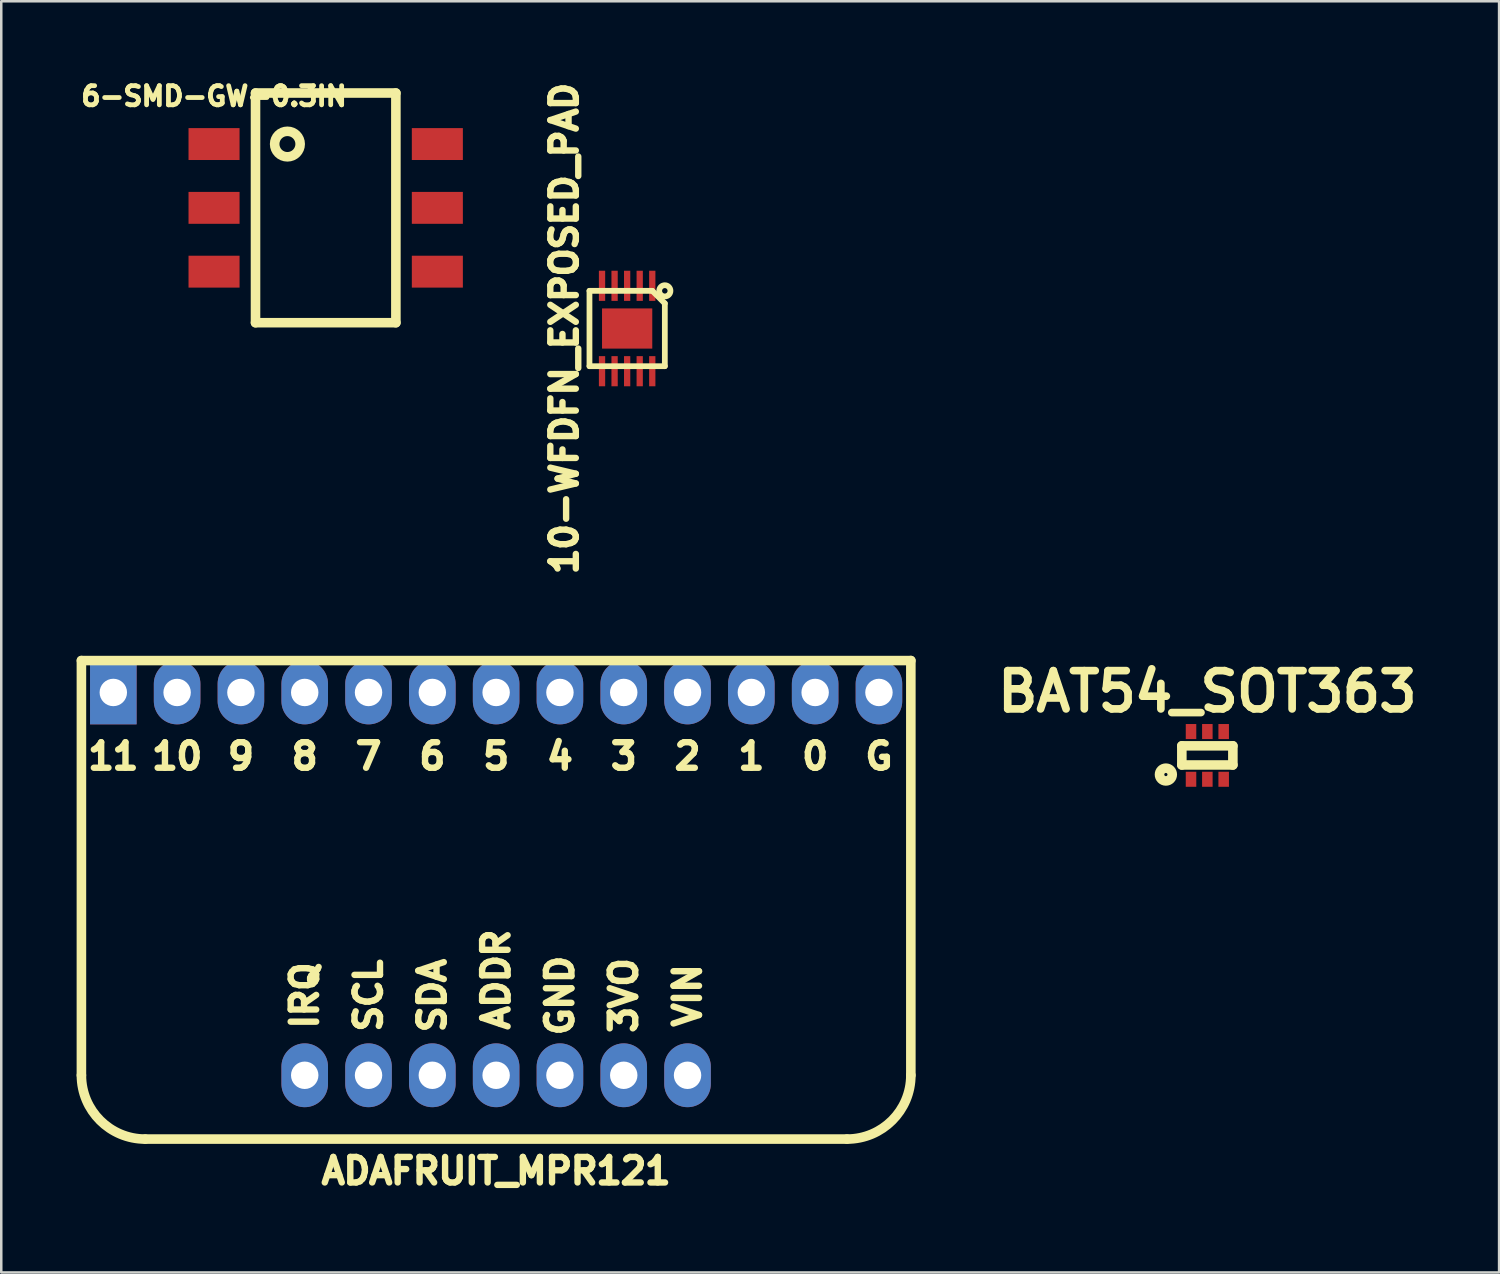
<source format=kicad_pcb>
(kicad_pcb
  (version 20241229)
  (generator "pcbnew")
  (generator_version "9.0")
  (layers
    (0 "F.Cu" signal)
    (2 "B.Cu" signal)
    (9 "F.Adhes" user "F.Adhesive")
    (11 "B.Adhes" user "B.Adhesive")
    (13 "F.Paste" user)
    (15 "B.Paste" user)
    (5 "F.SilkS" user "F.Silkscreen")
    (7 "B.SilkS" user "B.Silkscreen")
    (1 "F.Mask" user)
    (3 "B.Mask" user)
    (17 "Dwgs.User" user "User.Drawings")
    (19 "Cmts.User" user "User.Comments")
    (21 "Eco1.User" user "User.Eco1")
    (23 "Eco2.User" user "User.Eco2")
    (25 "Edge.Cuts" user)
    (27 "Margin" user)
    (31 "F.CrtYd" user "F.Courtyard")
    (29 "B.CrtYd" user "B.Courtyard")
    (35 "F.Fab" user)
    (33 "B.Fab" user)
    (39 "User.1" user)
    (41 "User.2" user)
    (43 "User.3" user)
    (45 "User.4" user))
  (footprint "6-SMD-GW-0.3IN"
    (layer "F.Cu")
    (at 9.916 5.225)
    (property "Reference" "6-SMD-GW-0.3IN" (at -4.445 -4.445 0) (layer "F.SilkS") (effects (font (size 0.762 0.762) (thickness 0.191))))
    (attr through_hole)
    (fp_line (start -2.794 -4.572) (end -2.794 4.572) (stroke (width 0.381) (type solid)) (layer "F.SilkS"))
    (fp_line (start -2.794 4.572) (end 2.794 4.572) (stroke (width 0.381) (type solid)) (layer "F.SilkS"))
    (fp_line (start 2.794 -4.572) (end -2.794 -4.572) (stroke (width 0.381) (type solid)) (layer "F.SilkS"))
    (fp_line (start 2.794 4.572) (end 2.794 -4.572) (stroke (width 0.381) (type solid)) (layer "F.SilkS"))
    (fp_circle (center -1.524 -2.54) (end -1.524 -3.048) (stroke (width 0.381) (type solid)) (fill no) (layer "F.SilkS"))
    (pad "1" smd rect (at -4.445 -2.54) (size 2.032 1.27) (layers "F.Cu" "F.Mask" "F.Paste"))
    (pad "2" smd rect (at -4.445 0) (size 2.032 1.27) (layers "F.Cu" "F.Mask" "F.Paste"))
    (pad "3" smd rect (at -4.445 2.54) (size 2.032 1.27) (layers "F.Cu" "F.Mask" "F.Paste"))
    (pad "4" smd rect (at 4.445 2.54) (size 2.032 1.27) (layers "F.Cu" "F.Mask" "F.Paste"))
    (pad "5" smd rect (at 4.445 0) (size 2.032 1.27) (layers "F.Cu" "F.Mask" "F.Paste"))
    (pad "6" smd rect (at 4.445 -2.54) (size 2.032 1.27) (layers "F.Cu" "F.Mask" "F.Paste")))
  (footprint "10-WFDFN_EXPOSED_PAD"
    (layer "F.Cu")
    (at 21.917 10.028)
    (property "Reference" "10-WFDFN_EXPOSED_PAD" (at -2.5 0 270) (layer "F.SilkS") (effects (font (size 1.016 1.016) (thickness 0.254))))
    (attr through_hole)
    (fp_line (start -1.5 -1.5) (end -1.5 1.5) (stroke (width 0.229) (type solid)) (layer "F.SilkS"))
    (fp_line (start -1.5 -1.5) (end 1 -1.5) (stroke (width 0.229) (type solid)) (layer "F.SilkS"))
    (fp_line (start -1.5 1.5) (end 1.5 1.5) (stroke (width 0.229) (type solid)) (layer "F.SilkS"))
    (fp_line (start 1 -1.5) (end 1.5 -1) (stroke (width 0.229) (type solid)) (layer "F.SilkS"))
    (fp_line (start 1.5 1.5) (end 1.5 -1) (stroke (width 0.229) (type solid)) (layer "F.SilkS"))
    (fp_circle (center 1.5 -1.5) (end 1.6 -1.7) (stroke (width 0.229) (type solid)) (fill no) (layer "F.SilkS"))
    (pad "" smd rect (at 0 0) (size 2 1.6) (layers "F.Cu" "F.Mask" "F.Paste"))
    (pad "1" smd rect (at 1 -1.7) (size 0.25 1.2) (layers "F.Cu" "F.Mask" "F.Paste"))
    (pad "2" smd rect (at 0.5 -1.7) (size 0.25 1.2) (layers "F.Cu" "F.Mask" "F.Paste"))
    (pad "3" smd rect (at 0 -1.7) (size 0.25 1.2) (layers "F.Cu" "F.Mask" "F.Paste"))
    (pad "4" smd rect (at -0.5 -1.7) (size 0.25 1.2) (layers "F.Cu" "F.Mask" "F.Paste"))
    (pad "5" smd rect (at -1 -1.7) (size 0.25 1.2) (layers "F.Cu" "F.Mask" "F.Paste"))
    (pad "6" smd rect (at -1 1.7) (size 0.25 1.2) (layers "F.Cu" "F.Mask" "F.Paste"))
    (pad "7" smd rect (at -0.5 1.7) (size 0.25 1.2) (layers "F.Cu" "F.Mask" "F.Paste"))
    (pad "8" smd rect (at 0 1.7) (size 0.25 1.2) (layers "F.Cu" "F.Mask" "F.Paste"))
    (pad "9" smd rect (at 0.5 1.7) (size 0.25 1.2) (layers "F.Cu" "F.Mask" "F.Paste"))
    (pad "10" smd rect (at 1 1.7) (size 0.25 1.2) (layers "F.Cu" "F.Mask" "F.Paste")))
  (footprint "BAT54_SOT363"
    (layer "F.Cu")
    (at 45.015 27.023)
    (property "Reference" "BAT54_SOT363" (at 0 -2.54 0) (layer "F.SilkS") (effects (font (size 1.524 1.524) (thickness 0.305))))
    (attr through_hole)
    (fp_line (start -1.016 -0.381) (end -1.016 0.381) (stroke (width 0.381) (type solid)) (layer "F.SilkS"))
    (fp_line (start -1.016 0.381) (end 1.016 0.381) (stroke (width 0.381) (type solid)) (layer "F.SilkS"))
    (fp_line (start 1.016 -0.381) (end -1.016 -0.381) (stroke (width 0.381) (type solid)) (layer "F.SilkS"))
    (fp_line (start 1.016 0.381) (end 1.016 -0.381) (stroke (width 0.381) (type solid)) (layer "F.SilkS"))
    (fp_circle (center -1.651 0.762) (end -1.651 0.508) (stroke (width 0.381) (type solid)) (fill no) (layer "F.SilkS"))
    (pad "1" smd rect (at -0.65 0.95) (size 0.419 0.599) (layers "F.Cu" "F.Mask" "F.Paste"))
    (pad "2" smd rect (at 0 0.95) (size 0.419 0.599) (layers "F.Cu" "F.Mask" "F.Paste"))
    (pad "3" smd rect (at 0.65 0.95) (size 0.419 0.599) (layers "F.Cu" "F.Mask" "F.Paste"))
    (pad "4" smd rect (at 0.65 -0.95) (size 0.419 0.599) (layers "F.Cu" "F.Mask" "F.Paste"))
    (pad "5" smd rect (at 0 -0.95) (size 0.419 0.599) (layers "F.Cu" "F.Mask" "F.Paste"))
    (pad "6" smd rect (at -0.65 -0.95) (size 0.419 0.599) (layers "F.Cu" "F.Mask" "F.Paste")))
  (footprint "ADAFRUIT_MPR121"
    (layer "F.Cu")
    (at 16.701 32.772)
    (property "Reference" "ADAFRUIT_MPR121" (at 0 10.795 0) (layer "F.SilkS") (effects (font (size 1.016 1.016) (thickness 0.254))))
    (attr through_hole)
    (fp_line (start -16.51 -9.525) (end -16.51 6.985) (stroke (width 0.381) (type solid)) (layer "F.SilkS"))
    (fp_line (start -16.51 -9.525) (end 16.51 -9.525) (stroke (width 0.381) (type solid)) (layer "F.SilkS"))
    (fp_line (start -13.97 9.525) (end 13.97 9.525) (stroke (width 0.381) (type solid)) (layer "F.SilkS"))
    (fp_line (start 16.51 6.985) (end 16.51 -9.525) (stroke (width 0.381) (type solid)) (layer "F.SilkS"))
    (fp_arc (start -13.97 9.525) (mid -15.766051 8.781051) (end -16.51 6.985) (stroke (width 0.381) (type solid)) (layer "F.SilkS"))
    (fp_arc (start 16.51 6.985) (mid 15.766051 8.781051) (end 13.97 9.525) (stroke (width 0.381) (type solid)) (layer "F.SilkS"))
    (fp_text user "8" (at -7.62 -5.715 0) (layer "F.SilkS") (effects (font (size 1.016 1.016) (thickness 0.254))))
    (fp_text user "1" (at 10.16 -5.715 0) (layer "F.SilkS") (effects (font (size 1.016 1.016) (thickness 0.254))))
    (fp_text user "0" (at 12.7 -5.715 0) (layer "F.SilkS") (effects (font (size 1.016 1.016) (thickness 0.254))))
    (fp_text user "6" (at -2.54 -5.715 0) (layer "F.SilkS") (effects (font (size 1.016 1.016) (thickness 0.254))))
    (fp_text user "ADDR" (at 0 3.175 90) (layer "F.SilkS") (effects (font (size 1.016 1.016) (thickness 0.254))))
    (fp_text user "SCL" (at -5.08 3.81 90) (layer "F.SilkS") (effects (font (size 1.016 1.016) (thickness 0.254))))
    (fp_text user "G" (at 15.24 -5.715 0) (layer "F.SilkS") (effects (font (size 1.016 1.016) (thickness 0.254))))
    (fp_text user "5" (at 0 -5.715 0) (layer "F.SilkS") (effects (font (size 1.016 1.016) (thickness 0.254))))
    (fp_text user "VIN" (at 7.62 3.81 90) (layer "F.SilkS") (effects (font (size 1.016 1.016) (thickness 0.254))))
    (fp_text user "7" (at -5.08 -5.715 0) (layer "F.SilkS") (effects (font (size 1.016 1.016) (thickness 0.254))))
    (fp_text user "SDA" (at -2.54 3.81 90) (layer "F.SilkS") (effects (font (size 1.016 1.016) (thickness 0.254))))
    (fp_text user "IRQ" (at -7.62 3.81 90) (layer "F.SilkS") (effects (font (size 1.016 1.016) (thickness 0.254))))
    (fp_text user "2" (at 7.62 -5.715 0) (layer "F.SilkS") (effects (font (size 1.016 1.016) (thickness 0.254))))
    (fp_text user "11" (at -15.24 -5.715 0) (layer "F.SilkS") (effects (font (size 1.016 1.016) (thickness 0.254))))
    (fp_text user "GND" (at 2.54 3.81 90) (layer "F.SilkS") (effects (font (size 1.016 1.016) (thickness 0.254))))
    (fp_text user "3VO" (at 5.08 3.81 90) (layer "F.SilkS") (effects (font (size 1.016 1.016) (thickness 0.254))))
    (fp_text user "4" (at 2.54 -5.715 0) (layer "F.SilkS") (effects (font (size 1.016 1.016) (thickness 0.254))))
    (fp_text user "9" (at -10.16 -5.715 0) (layer "F.SilkS") (effects (font (size 1.016 1.016) (thickness 0.254))))
    (fp_text user "10" (at -12.7 -5.715 0) (layer "F.SilkS") (effects (font (size 1.016 1.016) (thickness 0.254))))
    (fp_text user "3" (at 5.08 -5.715 0) (layer "F.SilkS") (effects (font (size 1.016 1.016) (thickness 0.254))))
    (pad "1" thru_hole rect (at -15.24 -8.255) (size 1.854 2.54) (drill 1.092) (layers "*.Cu" "*.Mask"))
    (pad "2" thru_hole oval (at -12.7 -8.255) (size 1.854 2.54) (drill 1.092) (layers "*.Cu" "*.Mask"))
    (pad "3" thru_hole oval (at -10.16 -8.255) (size 1.854 2.54) (drill 1.092) (layers "*.Cu" "*.Mask"))
    (pad "4" thru_hole oval (at -7.62 -8.255) (size 1.854 2.54) (drill 1.092) (layers "*.Cu" "*.Mask"))
    (pad "5" thru_hole oval (at -5.08 -8.255) (size 1.854 2.54) (drill 1.092) (layers "*.Cu" "*.Mask"))
    (pad "6" thru_hole oval (at -2.54 -8.255) (size 1.854 2.54) (drill 1.092) (layers "*.Cu" "*.Mask"))
    (pad "7" thru_hole oval (at 0 -8.255) (size 1.854 2.54) (drill 1.092) (layers "*.Cu" "*.Mask"))
    (pad "8" thru_hole oval (at 2.54 -8.255) (size 1.854 2.54) (drill 1.092) (layers "*.Cu" "*.Mask"))
    (pad "9" thru_hole oval (at 5.08 -8.255) (size 1.854 2.54) (drill 1.092) (layers "*.Cu" "*.Mask"))
    (pad "10" thru_hole oval (at 7.62 -8.255) (size 1.854 2.54) (drill 1.092) (layers "*.Cu" "*.Mask"))
    (pad "11" thru_hole oval (at 10.16 -8.255) (size 1.854 2.54) (drill 1.092) (layers "*.Cu" "*.Mask"))
    (pad "12" thru_hole oval (at 12.7 -8.255) (size 1.854 2.54) (drill 1.092) (layers "*.Cu" "*.Mask"))
    (pad "13" thru_hole oval (at 15.24 -8.255) (size 1.854 2.54) (drill 1.092) (layers "*.Cu" "*.Mask"))
    (pad "14" thru_hole oval (at 7.62 6.985) (size 1.854 2.54) (drill 1.092) (layers "*.Cu" "*.Mask"))
    (pad "15" thru_hole oval (at 5.08 6.985) (size 1.854 2.54) (drill 1.092) (layers "*.Cu" "*.Mask"))
    (pad "16" thru_hole oval (at 2.54 6.985) (size 1.854 2.54) (drill 1.092) (layers "*.Cu" "*.Mask"))
    (pad "17" thru_hole oval (at 0 6.985) (size 1.854 2.54) (drill 1.092) (layers "*.Cu" "*.Mask"))
    (pad "18" thru_hole oval (at -2.54 6.985) (size 1.854 2.54) (drill 1.092) (layers "*.Cu" "*.Mask"))
    (pad "19" thru_hole oval (at -5.08 6.985) (size 1.854 2.54) (drill 1.092) (layers "*.Cu" "*.Mask"))
    (pad "20" thru_hole oval (at -7.62 6.985) (size 1.854 2.54) (drill 1.092) (layers "*.Cu" "*.Mask")))
  (gr_rect
    (start -3 -3)
    (end 56.629 47.607)
    (stroke (width 0.1) (type default))
    (fill no)
    (layer "Edge.Cuts")))
</source>
